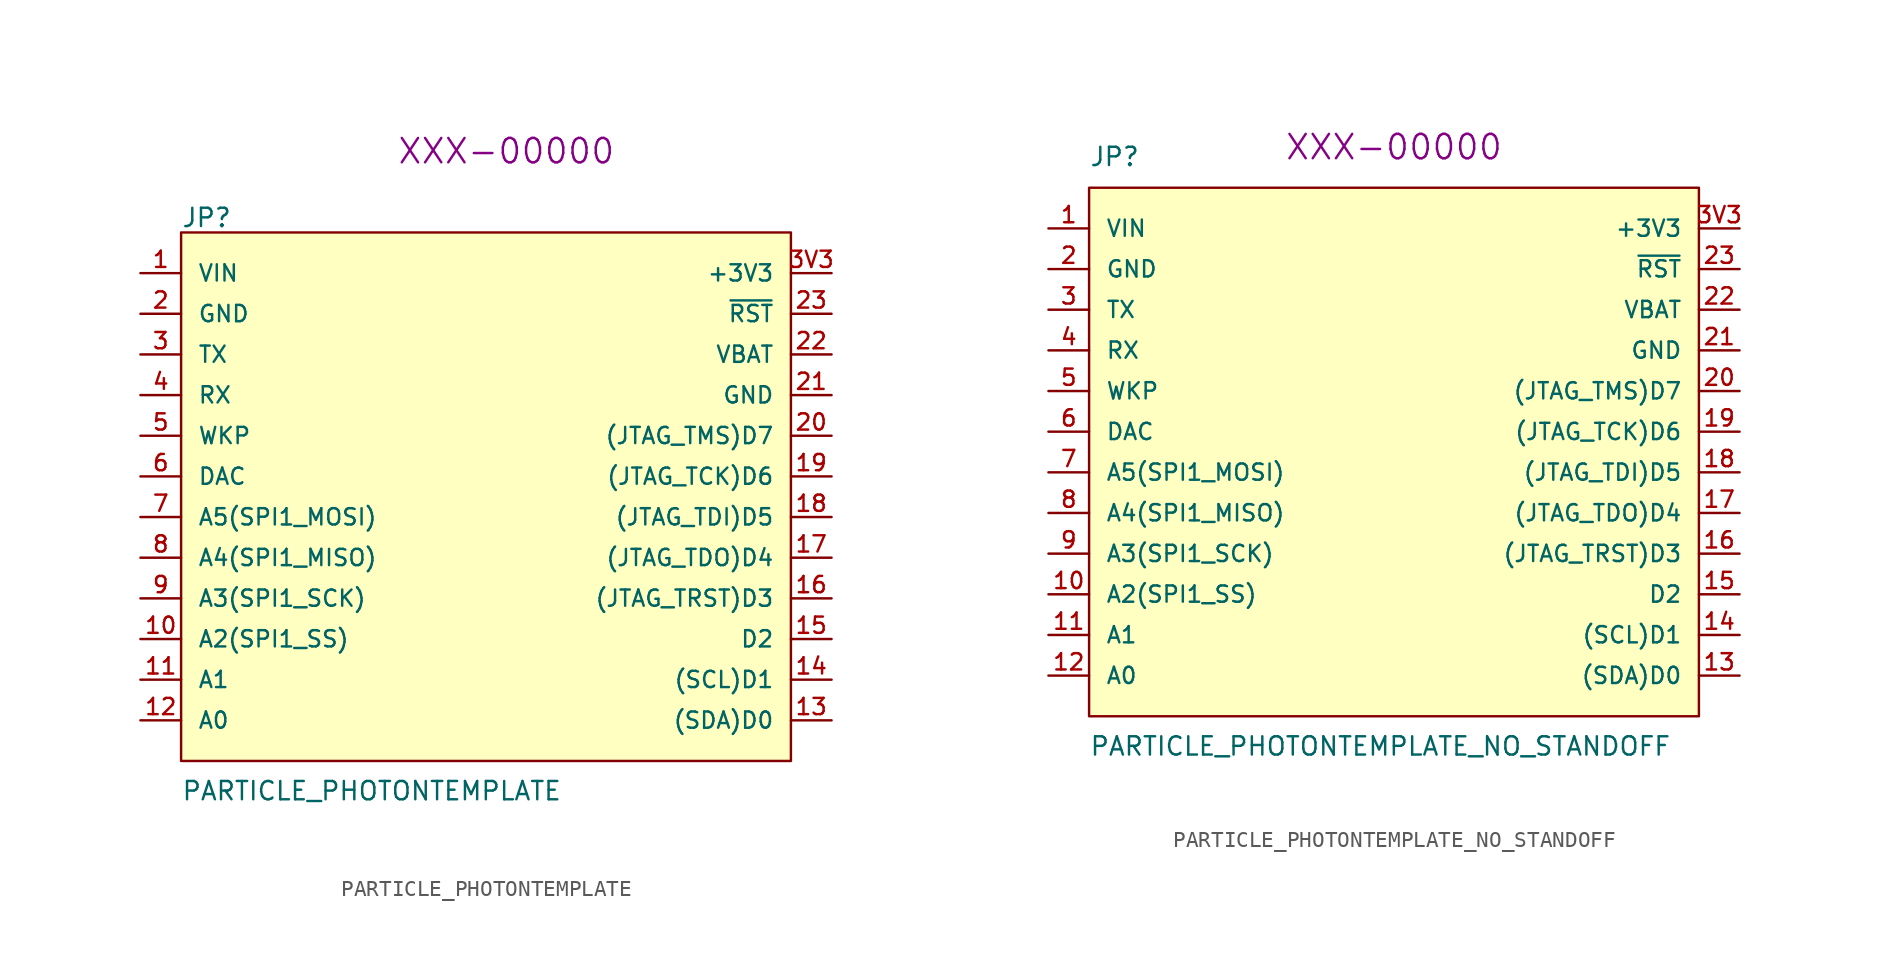
<source format=kicad_sym>
(kicad_symbol_lib
  (version 20201005)
  (generator kicad_symbol_editor)
  (symbol "PARTICLE_PHOTONTEMPLATE"
    (pin_names
      (offset 1.016))
    (property "Reference" "JP"
      (at -20.32 18.034 0)
      (effects (font (size 1.143 1.143)) (justify left bottom)))
    (property "Value" "PARTICLE_PHOTONTEMPLATE"
      (at -20.32 -17.78 0)
      (effects (font (size 1.143 1.143)) (justify left bottom)))
    (property "Field4" "XXX-00000"
      (at 0 22.86 0)
      (effects (font (size 1.524 1.524))))
    (property "ki_locked" ""
      (at 0 0 0)
      (effects (font (size 1.27 1.27))))
    (symbol "PARTICLE_PHOTONTEMPLATE_1_1"
      (polyline (pts (xy -20.32 17.78) (xy -20.32 -15.24) (xy 17.78 -15.24) (xy 17.78 17.78) (xy -20.32 17.78)) (stroke (width 0)) (fill (type background)))
      (pin power_in line (at -22.86 15.24 0) (length 2.54) (name "VIN" (effects (font (size 1.016 1.016)))) (number "1" (effects (font (size 1.016 1.016)))))
      (pin power_in line (at -22.86 12.7 0) (length 2.54) (name "GND" (effects (font (size 1.016 1.016)))) (number "2" (effects (font (size 1.016 1.016)))))
      (pin bidirectional line (at -22.86 10.16 0) (length 2.54) (name "TX" (effects (font (size 1.016 1.016)))) (number "3" (effects (font (size 1.016 1.016)))))
      (pin bidirectional line (at -22.86 7.62 0) (length 2.54) (name "RX" (effects (font (size 1.016 1.016)))) (number "4" (effects (font (size 1.016 1.016)))))
      (pin bidirectional line (at -22.86 5.08 0) (length 2.54) (name "WKP" (effects (font (size 1.016 1.016)))) (number "5" (effects (font (size 1.016 1.016)))))
      (pin bidirectional line (at -22.86 2.54 0) (length 2.54) (name "DAC" (effects (font (size 1.016 1.016)))) (number "6" (effects (font (size 1.016 1.016)))))
      (pin bidirectional line (at -22.86 0 0) (length 2.54) (name "A5(SPI1_MOSI)" (effects (font (size 1.016 1.016)))) (number "7" (effects (font (size 1.016 1.016)))))
      (pin bidirectional line (at -22.86 -2.54 0) (length 2.54) (name "A4(SPI1_MISO)" (effects (font (size 1.016 1.016)))) (number "8" (effects (font (size 1.016 1.016)))))
      (pin bidirectional line (at -22.86 -5.08 0) (length 2.54) (name "A3(SPI1_SCK)" (effects (font (size 1.016 1.016)))) (number "9" (effects (font (size 1.016 1.016)))))
      (pin bidirectional line (at -22.86 -7.62 0) (length 2.54) (name "A2(SPI1_SS)" (effects (font (size 1.016 1.016)))) (number "10" (effects (font (size 1.016 1.016)))))
      (pin bidirectional line (at 20.32 5.08 180) (length 2.54) (name "(JTAG_TMS)D7" (effects (font (size 1.016 1.016)))) (number "20" (effects (font (size 1.016 1.016)))))
      (pin bidirectional line (at -22.86 -12.7 0) (length 2.54) hide (name "A0" (effects (font (size 1.016 1.016)))) (number "A0" (effects (font (size 1.016 1.016)))))
      (pin bidirectional line (at 20.32 -12.7 180) (length 2.54) hide (name "(SDA)D0" (effects (font (size 1.016 1.016)))) (number "D0" (effects (font (size 1.016 1.016)))))
      (pin bidirectional line (at -22.86 -10.16 0) (length 2.54) (name "A1" (effects (font (size 1.016 1.016)))) (number "11" (effects (font (size 1.016 1.016)))))
      (pin power_in line (at 20.32 7.62 180) (length 2.54) (name "GND" (effects (font (size 1.016 1.016)))) (number "21" (effects (font (size 1.016 1.016)))))
      (pin bidirectional line (at -22.86 -10.16 0) (length 2.54) hide (name "A1" (effects (font (size 1.016 1.016)))) (number "A1" (effects (font (size 1.016 1.016)))))
      (pin bidirectional line (at 20.32 -10.16 180) (length 2.54) hide (name "(SCL)D1" (effects (font (size 1.016 1.016)))) (number "D1" (effects (font (size 1.016 1.016)))))
      (pin bidirectional line (at -22.86 -12.7 0) (length 2.54) (name "A0" (effects (font (size 1.016 1.016)))) (number "12" (effects (font (size 1.016 1.016)))))
      (pin power_in line (at 20.32 10.16 180) (length 2.54) (name "VBAT" (effects (font (size 1.016 1.016)))) (number "22" (effects (font (size 1.016 1.016)))))
      (pin bidirectional line (at -22.86 -7.62 0) (length 2.54) hide (name "A2(SPI1_SS)" (effects (font (size 1.016 1.016)))) (number "A2" (effects (font (size 1.016 1.016)))))
      (pin bidirectional line (at 20.32 -7.62 180) (length 2.54) hide (name "D2" (effects (font (size 1.016 1.016)))) (number "D2" (effects (font (size 1.016 1.016)))))
      (pin bidirectional line (at 20.32 -12.7 180) (length 2.54) (name "(SDA)D0" (effects (font (size 1.016 1.016)))) (number "13" (effects (font (size 1.016 1.016)))))
      (pin bidirectional line (at 20.32 12.7 180) (length 2.54) (name "~RST~" (effects (font (size 1.016 1.016)))) (number "23" (effects (font (size 1.016 1.016)))))
      (pin bidirectional line (at -22.86 -5.08 0) (length 2.54) hide (name "A3(SPI1_SCK)" (effects (font (size 1.016 1.016)))) (number "A3" (effects (font (size 1.016 1.016)))))
      (pin bidirectional line (at 20.32 -5.08 180) (length 2.54) hide (name "(JTAG_TRST)D3" (effects (font (size 1.016 1.016)))) (number "D3" (effects (font (size 1.016 1.016)))))
      (pin bidirectional line (at 20.32 -10.16 180) (length 2.54) (name "(SCL)D1" (effects (font (size 1.016 1.016)))) (number "14" (effects (font (size 1.016 1.016)))))
      (pin power_in line (at 20.32 15.24 180) (length 2.54) hide (name "+3V3" (effects (font (size 1.016 1.016)))) (number "24" (effects (font (size 1.016 1.016)))))
      (pin bidirectional line (at -22.86 -2.54 0) (length 2.54) hide (name "A4(SPI1_MISO)" (effects (font (size 1.016 1.016)))) (number "A4" (effects (font (size 1.016 1.016)))))
      (pin bidirectional line (at 20.32 -2.54 180) (length 2.54) hide (name "(JTAG_TDO)D4" (effects (font (size 1.016 1.016)))) (number "D4" (effects (font (size 1.016 1.016)))))
      (pin bidirectional line (at 20.32 -7.62 180) (length 2.54) (name "D2" (effects (font (size 1.016 1.016)))) (number "15" (effects (font (size 1.016 1.016)))))
      (pin bidirectional line (at -22.86 0 0) (length 2.54) hide (name "A5(SPI1_MOSI)" (effects (font (size 1.016 1.016)))) (number "A5" (effects (font (size 1.016 1.016)))))
      (pin bidirectional line (at 20.32 0 180) (length 2.54) hide (name "(JTAG_TDI)D5" (effects (font (size 1.016 1.016)))) (number "D5" (effects (font (size 1.016 1.016)))))
      (pin bidirectional line (at 20.32 -5.08 180) (length 2.54) (name "(JTAG_TRST)D3" (effects (font (size 1.016 1.016)))) (number "16" (effects (font (size 1.016 1.016)))))
      (pin bidirectional line (at 20.32 2.54 180) (length 2.54) hide (name "(JTAG_TCK)D6" (effects (font (size 1.016 1.016)))) (number "D6" (effects (font (size 1.016 1.016)))))
      (pin bidirectional line (at 20.32 -2.54 180) (length 2.54) (name "(JTAG_TDO)D4" (effects (font (size 1.016 1.016)))) (number "17" (effects (font (size 1.016 1.016)))))
      (pin bidirectional line (at 20.32 5.08 180) (length 2.54) hide (name "(JTAG_TMS)D7" (effects (font (size 1.016 1.016)))) (number "D7" (effects (font (size 1.016 1.016)))))
      (pin bidirectional line (at 20.32 0 180) (length 2.54) (name "(JTAG_TDI)D5" (effects (font (size 1.016 1.016)))) (number "18" (effects (font (size 1.016 1.016)))))
      (pin bidirectional line (at 20.32 2.54 180) (length 2.54) (name "(JTAG_TCK)D6" (effects (font (size 1.016 1.016)))) (number "19" (effects (font (size 1.016 1.016)))))
      (pin bidirectional line (at -22.86 7.62 0) (length 2.54) hide (name "RX" (effects (font (size 1.016 1.016)))) (number "RX" (effects (font (size 1.016 1.016)))))
      (pin bidirectional line (at -22.86 10.16 0) (length 2.54) hide (name "TX" (effects (font (size 1.016 1.016)))) (number "TX" (effects (font (size 1.016 1.016)))))
      (pin power_in line (at 20.32 15.24 180) (length 2.54) (name "+3V3" (effects (font (size 1.016 1.016)))) (number "3V3" (effects (font (size 1.016 1.016)))))
      (pin bidirectional line (at -22.86 2.54 0) (length 2.54) hide (name "DAC" (effects (font (size 1.016 1.016)))) (number "DAC" (effects (font (size 1.016 1.016)))))
      (pin power_in line (at -22.86 15.24 0) (length 2.54) hide (name "VIN" (effects (font (size 1.016 1.016)))) (number "VIN" (effects (font (size 1.016 1.016)))))
      (pin bidirectional line (at -22.86 5.08 0) (length 2.54) hide (name "WKP" (effects (font (size 1.016 1.016)))) (number "WKP" (effects (font (size 1.016 1.016)))))
      (pin bidirectional line (at 20.32 12.7 180) (length 2.54) hide (name "~RST~" (effects (font (size 1.016 1.016)))) (number "RST" (effects (font (size 1.016 1.016)))))
      (pin power_in line (at -22.86 12.7 0) (length 2.54) hide (name "GND" (effects (font (size 1.016 1.016)))) (number "GND@" (effects (font (size 1.016 1.016)))))
      (pin power_in line (at 20.32 7.62 180) (length 2.54) hide (name "GND" (effects (font (size 1.016 1.016)))) (number "GND@" (effects (font (size 1.016 1.016)))))
      (pin power_in line (at 20.32 10.16 180) (length 2.54) hide (name "VBAT" (effects (font (size 1.016 1.016)))) (number "VBAT" (effects (font (size 1.016 1.016)))))))
  (symbol "PARTICLE_PHOTONTEMPLATE_NO_STANDOFF"
    (pin_names
      (offset 1.016))
    (property "Reference" "JP"
      (at -19.05 17.78 0)
      (effects (font (size 1.143 1.143)) (justify left bottom)))
    (property "Value" "PARTICLE_PHOTONTEMPLATE_NO_STANDOFF"
      (at -19.05 -19.05 0)
      (effects (font (size 1.143 1.143)) (justify left bottom)))
    (property "Field4" "XXX-00000"
      (at 0 19.05 0)
      (effects (font (size 1.524 1.524))))
    (property "ki_locked" ""
      (at 0 0 0)
      (effects (font (size 1.27 1.27))))
    (symbol "PARTICLE_PHOTONTEMPLATE_NO_STANDOFF_1_1"
      (polyline (pts (xy -19.05 16.51) (xy -19.05 -16.51) (xy 19.05 -16.51) (xy 19.05 16.51) (xy -19.05 16.51)) (stroke (width 0)) (fill (type background)))
      (pin power_in line (at -21.59 13.97 0) (length 2.54) (name "VIN" (effects (font (size 1.016 1.016)))) (number "1" (effects (font (size 1.016 1.016)))))
      (pin power_in line (at -21.59 11.43 0) (length 2.54) (name "GND" (effects (font (size 1.016 1.016)))) (number "2" (effects (font (size 1.016 1.016)))))
      (pin bidirectional line (at -21.59 8.89 0) (length 2.54) (name "TX" (effects (font (size 1.016 1.016)))) (number "3" (effects (font (size 1.016 1.016)))))
      (pin bidirectional line (at -21.59 6.35 0) (length 2.54) (name "RX" (effects (font (size 1.016 1.016)))) (number "4" (effects (font (size 1.016 1.016)))))
      (pin bidirectional line (at -21.59 3.81 0) (length 2.54) (name "WKP" (effects (font (size 1.016 1.016)))) (number "5" (effects (font (size 1.016 1.016)))))
      (pin bidirectional line (at -21.59 1.27 0) (length 2.54) (name "DAC" (effects (font (size 1.016 1.016)))) (number "6" (effects (font (size 1.016 1.016)))))
      (pin bidirectional line (at -21.59 -1.27 0) (length 2.54) (name "A5(SPI1_MOSI)" (effects (font (size 1.016 1.016)))) (number "7" (effects (font (size 1.016 1.016)))))
      (pin bidirectional line (at -21.59 -3.81 0) (length 2.54) (name "A4(SPI1_MISO)" (effects (font (size 1.016 1.016)))) (number "8" (effects (font (size 1.016 1.016)))))
      (pin bidirectional line (at -21.59 -6.35 0) (length 2.54) (name "A3(SPI1_SCK)" (effects (font (size 1.016 1.016)))) (number "9" (effects (font (size 1.016 1.016)))))
      (pin bidirectional line (at -21.59 -8.89 0) (length 2.54) (name "A2(SPI1_SS)" (effects (font (size 1.016 1.016)))) (number "10" (effects (font (size 1.016 1.016)))))
      (pin bidirectional line (at 21.59 3.81 180) (length 2.54) (name "(JTAG_TMS)D7" (effects (font (size 1.016 1.016)))) (number "20" (effects (font (size 1.016 1.016)))))
      (pin bidirectional line (at -21.59 -13.97 0) (length 2.54) hide (name "A0" (effects (font (size 1.016 1.016)))) (number "A0" (effects (font (size 1.016 1.016)))))
      (pin bidirectional line (at 21.59 -13.97 180) (length 2.54) hide (name "(SDA)D0" (effects (font (size 1.016 1.016)))) (number "D0" (effects (font (size 1.016 1.016)))))
      (pin bidirectional line (at -21.59 -11.43 0) (length 2.54) (name "A1" (effects (font (size 1.016 1.016)))) (number "11" (effects (font (size 1.016 1.016)))))
      (pin power_in line (at 21.59 6.35 180) (length 2.54) (name "GND" (effects (font (size 1.016 1.016)))) (number "21" (effects (font (size 1.016 1.016)))))
      (pin bidirectional line (at -21.59 -11.43 0) (length 2.54) hide (name "A1" (effects (font (size 1.016 1.016)))) (number "A1" (effects (font (size 1.016 1.016)))))
      (pin bidirectional line (at 21.59 -11.43 180) (length 2.54) hide (name "(SCL)D1" (effects (font (size 1.016 1.016)))) (number "D1" (effects (font (size 1.016 1.016)))))
      (pin bidirectional line (at -21.59 -13.97 0) (length 2.54) (name "A0" (effects (font (size 1.016 1.016)))) (number "12" (effects (font (size 1.016 1.016)))))
      (pin power_in line (at 21.59 8.89 180) (length 2.54) (name "VBAT" (effects (font (size 1.016 1.016)))) (number "22" (effects (font (size 1.016 1.016)))))
      (pin bidirectional line (at -21.59 -8.89 0) (length 2.54) hide (name "A2(SPI1_SS)" (effects (font (size 1.016 1.016)))) (number "A2" (effects (font (size 1.016 1.016)))))
      (pin bidirectional line (at 21.59 -8.89 180) (length 2.54) hide (name "D2" (effects (font (size 1.016 1.016)))) (number "D2" (effects (font (size 1.016 1.016)))))
      (pin bidirectional line (at 21.59 -13.97 180) (length 2.54) (name "(SDA)D0" (effects (font (size 1.016 1.016)))) (number "13" (effects (font (size 1.016 1.016)))))
      (pin bidirectional line (at 21.59 11.43 180) (length 2.54) (name "~RST~" (effects (font (size 1.016 1.016)))) (number "23" (effects (font (size 1.016 1.016)))))
      (pin bidirectional line (at -21.59 -6.35 0) (length 2.54) hide (name "A3(SPI1_SCK)" (effects (font (size 1.016 1.016)))) (number "A3" (effects (font (size 1.016 1.016)))))
      (pin bidirectional line (at 21.59 -6.35 180) (length 2.54) hide (name "(JTAG_TRST)D3" (effects (font (size 1.016 1.016)))) (number "D3" (effects (font (size 1.016 1.016)))))
      (pin bidirectional line (at 21.59 -11.43 180) (length 2.54) (name "(SCL)D1" (effects (font (size 1.016 1.016)))) (number "14" (effects (font (size 1.016 1.016)))))
      (pin power_in line (at 21.59 13.97 180) (length 2.54) hide (name "+3V3" (effects (font (size 1.016 1.016)))) (number "24" (effects (font (size 1.016 1.016)))))
      (pin bidirectional line (at -21.59 -3.81 0) (length 2.54) hide (name "A4(SPI1_MISO)" (effects (font (size 1.016 1.016)))) (number "A4" (effects (font (size 1.016 1.016)))))
      (pin bidirectional line (at 21.59 -3.81 180) (length 2.54) hide (name "(JTAG_TDO)D4" (effects (font (size 1.016 1.016)))) (number "D4" (effects (font (size 1.016 1.016)))))
      (pin bidirectional line (at 21.59 -8.89 180) (length 2.54) (name "D2" (effects (font (size 1.016 1.016)))) (number "15" (effects (font (size 1.016 1.016)))))
      (pin bidirectional line (at -21.59 -1.27 0) (length 2.54) hide (name "A5(SPI1_MOSI)" (effects (font (size 1.016 1.016)))) (number "A5" (effects (font (size 1.016 1.016)))))
      (pin bidirectional line (at 21.59 -1.27 180) (length 2.54) hide (name "(JTAG_TDI)D5" (effects (font (size 1.016 1.016)))) (number "D5" (effects (font (size 1.016 1.016)))))
      (pin bidirectional line (at 21.59 -6.35 180) (length 2.54) (name "(JTAG_TRST)D3" (effects (font (size 1.016 1.016)))) (number "16" (effects (font (size 1.016 1.016)))))
      (pin bidirectional line (at 21.59 1.27 180) (length 2.54) hide (name "(JTAG_TCK)D6" (effects (font (size 1.016 1.016)))) (number "D6" (effects (font (size 1.016 1.016)))))
      (pin bidirectional line (at 21.59 -3.81 180) (length 2.54) (name "(JTAG_TDO)D4" (effects (font (size 1.016 1.016)))) (number "17" (effects (font (size 1.016 1.016)))))
      (pin bidirectional line (at 21.59 3.81 180) (length 2.54) hide (name "(JTAG_TMS)D7" (effects (font (size 1.016 1.016)))) (number "D7" (effects (font (size 1.016 1.016)))))
      (pin bidirectional line (at 21.59 -1.27 180) (length 2.54) (name "(JTAG_TDI)D5" (effects (font (size 1.016 1.016)))) (number "18" (effects (font (size 1.016 1.016)))))
      (pin bidirectional line (at 21.59 1.27 180) (length 2.54) (name "(JTAG_TCK)D6" (effects (font (size 1.016 1.016)))) (number "19" (effects (font (size 1.016 1.016)))))
      (pin bidirectional line (at -21.59 6.35 0) (length 2.54) hide (name "RX" (effects (font (size 1.016 1.016)))) (number "RX" (effects (font (size 1.016 1.016)))))
      (pin bidirectional line (at -21.59 8.89 0) (length 2.54) hide (name "TX" (effects (font (size 1.016 1.016)))) (number "TX" (effects (font (size 1.016 1.016)))))
      (pin power_in line (at 21.59 13.97 180) (length 2.54) (name "+3V3" (effects (font (size 1.016 1.016)))) (number "3V3" (effects (font (size 1.016 1.016)))))
      (pin bidirectional line (at -21.59 1.27 0) (length 2.54) hide (name "DAC" (effects (font (size 1.016 1.016)))) (number "DAC" (effects (font (size 1.016 1.016)))))
      (pin power_in line (at -21.59 13.97 0) (length 2.54) hide (name "VIN" (effects (font (size 1.016 1.016)))) (number "VIN" (effects (font (size 1.016 1.016)))))
      (pin bidirectional line (at -21.59 3.81 0) (length 2.54) hide (name "WKP" (effects (font (size 1.016 1.016)))) (number "WKP" (effects (font (size 1.016 1.016)))))
      (pin bidirectional line (at 21.59 11.43 180) (length 2.54) hide (name "~RST~" (effects (font (size 1.016 1.016)))) (number "RST" (effects (font (size 1.016 1.016)))))
      (pin power_in line (at -21.59 11.43 0) (length 2.54) hide (name "GND" (effects (font (size 1.016 1.016)))) (number "GND@" (effects (font (size 1.016 1.016)))))
      (pin power_in line (at 21.59 6.35 180) (length 2.54) hide (name "GND" (effects (font (size 1.016 1.016)))) (number "GND@" (effects (font (size 1.016 1.016)))))
      (pin power_in line (at 21.59 8.89 180) (length 2.54) hide (name "VBAT" (effects (font (size 1.016 1.016)))) (number "VBAT" (effects (font (size 1.016 1.016))))))))
</source>
